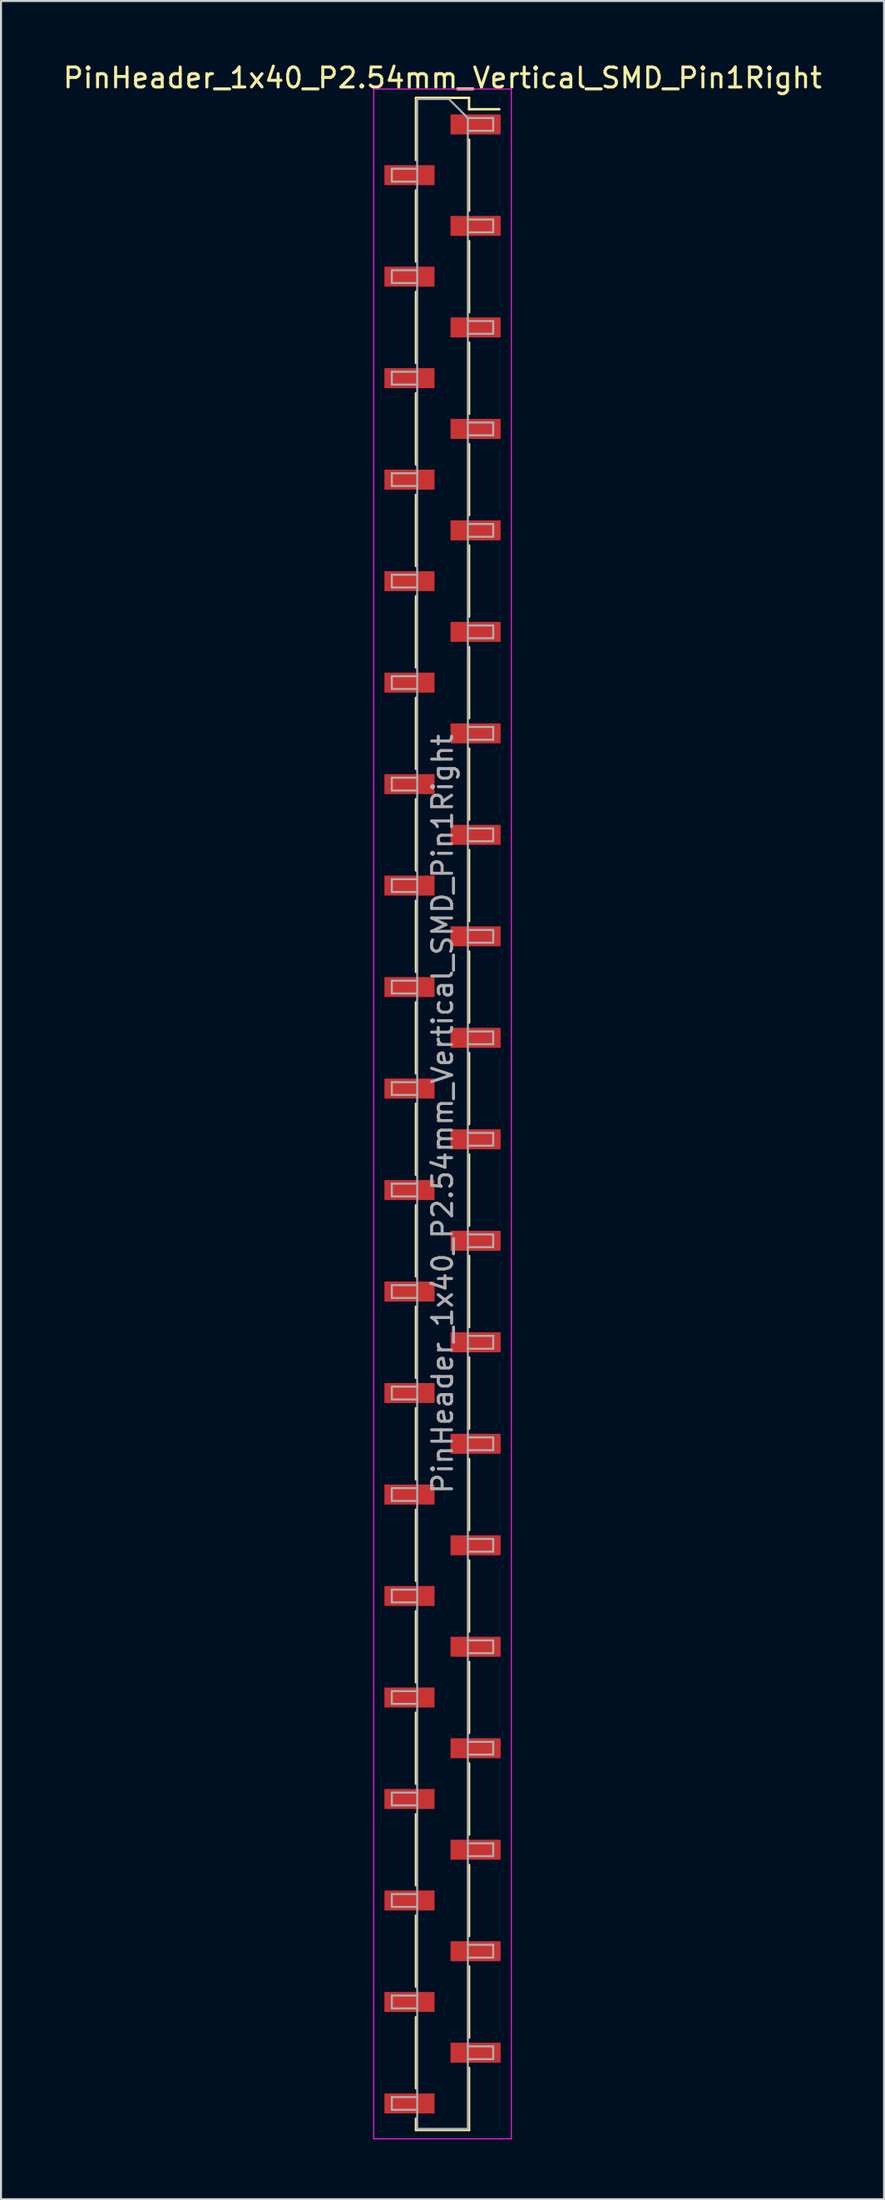
<source format=kicad_pcb>
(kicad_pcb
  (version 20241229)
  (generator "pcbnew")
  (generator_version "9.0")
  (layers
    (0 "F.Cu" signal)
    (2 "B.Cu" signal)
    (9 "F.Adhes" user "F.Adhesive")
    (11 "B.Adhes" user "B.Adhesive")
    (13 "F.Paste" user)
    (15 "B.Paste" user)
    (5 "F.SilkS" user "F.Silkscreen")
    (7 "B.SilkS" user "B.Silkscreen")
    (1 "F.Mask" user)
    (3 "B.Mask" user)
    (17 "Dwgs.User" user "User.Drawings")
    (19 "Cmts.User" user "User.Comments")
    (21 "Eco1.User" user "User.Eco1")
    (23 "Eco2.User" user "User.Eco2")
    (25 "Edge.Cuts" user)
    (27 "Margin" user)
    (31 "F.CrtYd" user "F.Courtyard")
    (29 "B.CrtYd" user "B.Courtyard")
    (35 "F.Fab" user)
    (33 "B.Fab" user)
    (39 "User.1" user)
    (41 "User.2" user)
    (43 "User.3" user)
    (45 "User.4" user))
  (footprint "PinHeader_1x40_P2.54mm_Vertical_SMD_Pin1Right"
    (layer "F.Cu")
    (at 19.125 52.708)
    (property "Reference" "PinHeader_1x40_P2.54mm_Vertical_SMD_Pin1Right" (at 0 -51.86 0) (layer "F.SilkS") (effects (font (size 1 1) (thickness 0.15))))
    (attr smd)
    (fp_line (start -1.33 -50.86) (end -1.33 -47.75) (stroke (width 0.12) (type solid)) (layer "F.SilkS"))
    (fp_line (start -1.33 -50.86) (end 1.33 -50.86) (stroke (width 0.12) (type solid)) (layer "F.SilkS"))
    (fp_line (start -1.33 -46.23) (end -1.33 -42.67) (stroke (width 0.12) (type solid)) (layer "F.SilkS"))
    (fp_line (start -1.33 -41.15) (end -1.33 -37.59) (stroke (width 0.12) (type solid)) (layer "F.SilkS"))
    (fp_line (start -1.33 -36.07) (end -1.33 -32.51) (stroke (width 0.12) (type solid)) (layer "F.SilkS"))
    (fp_line (start -1.33 -30.99) (end -1.33 -27.43) (stroke (width 0.12) (type solid)) (layer "F.SilkS"))
    (fp_line (start -1.33 -25.91) (end -1.33 -22.35) (stroke (width 0.12) (type solid)) (layer "F.SilkS"))
    (fp_line (start -1.33 -20.83) (end -1.33 -17.27) (stroke (width 0.12) (type solid)) (layer "F.SilkS"))
    (fp_line (start -1.33 -15.75) (end -1.33 -12.19) (stroke (width 0.12) (type solid)) (layer "F.SilkS"))
    (fp_line (start -1.33 -10.67) (end -1.33 -7.11) (stroke (width 0.12) (type solid)) (layer "F.SilkS"))
    (fp_line (start -1.33 -5.59) (end -1.33 -2.03) (stroke (width 0.12) (type solid)) (layer "F.SilkS"))
    (fp_line (start -1.33 -0.51) (end -1.33 3.05) (stroke (width 0.12) (type solid)) (layer "F.SilkS"))
    (fp_line (start -1.33 4.57) (end -1.33 8.13) (stroke (width 0.12) (type solid)) (layer "F.SilkS"))
    (fp_line (start -1.33 9.65) (end -1.33 13.21) (stroke (width 0.12) (type solid)) (layer "F.SilkS"))
    (fp_line (start -1.33 14.73) (end -1.33 18.29) (stroke (width 0.12) (type solid)) (layer "F.SilkS"))
    (fp_line (start -1.33 19.81) (end -1.33 23.37) (stroke (width 0.12) (type solid)) (layer "F.SilkS"))
    (fp_line (start -1.33 24.89) (end -1.33 28.45) (stroke (width 0.12) (type solid)) (layer "F.SilkS"))
    (fp_line (start -1.33 29.97) (end -1.33 33.53) (stroke (width 0.12) (type solid)) (layer "F.SilkS"))
    (fp_line (start -1.33 35.05) (end -1.33 38.61) (stroke (width 0.12) (type solid)) (layer "F.SilkS"))
    (fp_line (start -1.33 40.13) (end -1.33 43.69) (stroke (width 0.12) (type solid)) (layer "F.SilkS"))
    (fp_line (start -1.33 45.21) (end -1.33 48.77) (stroke (width 0.12) (type solid)) (layer "F.SilkS"))
    (fp_line (start -1.33 50.29) (end -1.33 50.86) (stroke (width 0.12) (type solid)) (layer "F.SilkS"))
    (fp_line (start -1.33 50.86) (end 1.33 50.86) (stroke (width 0.12) (type solid)) (layer "F.SilkS"))
    (fp_line (start 1.33 -50.86) (end 1.33 -50.29) (stroke (width 0.12) (type solid)) (layer "F.SilkS"))
    (fp_line (start 1.33 -50.29) (end 2.85 -50.29) (stroke (width 0.12) (type solid)) (layer "F.SilkS"))
    (fp_line (start 1.33 -48.77) (end 1.33 -45.21) (stroke (width 0.12) (type solid)) (layer "F.SilkS"))
    (fp_line (start 1.33 -43.69) (end 1.33 -40.13) (stroke (width 0.12) (type solid)) (layer "F.SilkS"))
    (fp_line (start 1.33 -38.61) (end 1.33 -35.05) (stroke (width 0.12) (type solid)) (layer "F.SilkS"))
    (fp_line (start 1.33 -33.53) (end 1.33 -29.97) (stroke (width 0.12) (type solid)) (layer "F.SilkS"))
    (fp_line (start 1.33 -28.45) (end 1.33 -24.89) (stroke (width 0.12) (type solid)) (layer "F.SilkS"))
    (fp_line (start 1.33 -23.37) (end 1.33 -19.81) (stroke (width 0.12) (type solid)) (layer "F.SilkS"))
    (fp_line (start 1.33 -18.29) (end 1.33 -14.73) (stroke (width 0.12) (type solid)) (layer "F.SilkS"))
    (fp_line (start 1.33 -13.21) (end 1.33 -9.65) (stroke (width 0.12) (type solid)) (layer "F.SilkS"))
    (fp_line (start 1.33 -8.13) (end 1.33 -4.57) (stroke (width 0.12) (type solid)) (layer "F.SilkS"))
    (fp_line (start 1.33 -3.05) (end 1.33 0.51) (stroke (width 0.12) (type solid)) (layer "F.SilkS"))
    (fp_line (start 1.33 2.03) (end 1.33 5.59) (stroke (width 0.12) (type solid)) (layer "F.SilkS"))
    (fp_line (start 1.33 7.11) (end 1.33 10.67) (stroke (width 0.12) (type solid)) (layer "F.SilkS"))
    (fp_line (start 1.33 12.19) (end 1.33 15.75) (stroke (width 0.12) (type solid)) (layer "F.SilkS"))
    (fp_line (start 1.33 17.27) (end 1.33 20.83) (stroke (width 0.12) (type solid)) (layer "F.SilkS"))
    (fp_line (start 1.33 22.35) (end 1.33 25.91) (stroke (width 0.12) (type solid)) (layer "F.SilkS"))
    (fp_line (start 1.33 27.43) (end 1.33 30.99) (stroke (width 0.12) (type solid)) (layer "F.SilkS"))
    (fp_line (start 1.33 32.51) (end 1.33 36.07) (stroke (width 0.12) (type solid)) (layer "F.SilkS"))
    (fp_line (start 1.33 37.59) (end 1.33 41.15) (stroke (width 0.12) (type solid)) (layer "F.SilkS"))
    (fp_line (start 1.33 42.67) (end 1.33 46.23) (stroke (width 0.12) (type solid)) (layer "F.SilkS"))
    (fp_line (start 1.33 47.75) (end 1.33 50.86) (stroke (width 0.12) (type solid)) (layer "F.SilkS"))
    (fp_line (start -3.45 -51.3) (end -3.45 51.3) (stroke (width 0.05) (type solid)) (layer "F.CrtYd"))
    (fp_line (start -3.45 51.3) (end 3.45 51.3) (stroke (width 0.05) (type solid)) (layer "F.CrtYd"))
    (fp_line (start 3.45 -51.3) (end -3.45 -51.3) (stroke (width 0.05) (type solid)) (layer "F.CrtYd"))
    (fp_line (start 3.45 51.3) (end 3.45 -51.3) (stroke (width 0.05) (type solid)) (layer "F.CrtYd"))
    (fp_line (start -2.54 -47.31) (end -2.54 -46.67) (stroke (width 0.1) (type solid)) (layer "F.Fab"))
    (fp_line (start -2.54 -46.67) (end -1.27 -46.67) (stroke (width 0.1) (type solid)) (layer "F.Fab"))
    (fp_line (start -2.54 -42.23) (end -2.54 -41.59) (stroke (width 0.1) (type solid)) (layer "F.Fab"))
    (fp_line (start -2.54 -41.59) (end -1.27 -41.59) (stroke (width 0.1) (type solid)) (layer "F.Fab"))
    (fp_line (start -2.54 -37.15) (end -2.54 -36.51) (stroke (width 0.1) (type solid)) (layer "F.Fab"))
    (fp_line (start -2.54 -36.51) (end -1.27 -36.51) (stroke (width 0.1) (type solid)) (layer "F.Fab"))
    (fp_line (start -2.54 -32.07) (end -2.54 -31.43) (stroke (width 0.1) (type solid)) (layer "F.Fab"))
    (fp_line (start -2.54 -31.43) (end -1.27 -31.43) (stroke (width 0.1) (type solid)) (layer "F.Fab"))
    (fp_line (start -2.54 -26.99) (end -2.54 -26.35) (stroke (width 0.1) (type solid)) (layer "F.Fab"))
    (fp_line (start -2.54 -26.35) (end -1.27 -26.35) (stroke (width 0.1) (type solid)) (layer "F.Fab"))
    (fp_line (start -2.54 -21.91) (end -2.54 -21.27) (stroke (width 0.1) (type solid)) (layer "F.Fab"))
    (fp_line (start -2.54 -21.27) (end -1.27 -21.27) (stroke (width 0.1) (type solid)) (layer "F.Fab"))
    (fp_line (start -2.54 -16.83) (end -2.54 -16.19) (stroke (width 0.1) (type solid)) (layer "F.Fab"))
    (fp_line (start -2.54 -16.19) (end -1.27 -16.19) (stroke (width 0.1) (type solid)) (layer "F.Fab"))
    (fp_line (start -2.54 -11.75) (end -2.54 -11.11) (stroke (width 0.1) (type solid)) (layer "F.Fab"))
    (fp_line (start -2.54 -11.11) (end -1.27 -11.11) (stroke (width 0.1) (type solid)) (layer "F.Fab"))
    (fp_line (start -2.54 -6.67) (end -2.54 -6.03) (stroke (width 0.1) (type solid)) (layer "F.Fab"))
    (fp_line (start -2.54 -6.03) (end -1.27 -6.03) (stroke (width 0.1) (type solid)) (layer "F.Fab"))
    (fp_line (start -2.54 -1.59) (end -2.54 -0.95) (stroke (width 0.1) (type solid)) (layer "F.Fab"))
    (fp_line (start -2.54 -0.95) (end -1.27 -0.95) (stroke (width 0.1) (type solid)) (layer "F.Fab"))
    (fp_line (start -2.54 3.49) (end -2.54 4.13) (stroke (width 0.1) (type solid)) (layer "F.Fab"))
    (fp_line (start -2.54 4.13) (end -1.27 4.13) (stroke (width 0.1) (type solid)) (layer "F.Fab"))
    (fp_line (start -2.54 8.57) (end -2.54 9.21) (stroke (width 0.1) (type solid)) (layer "F.Fab"))
    (fp_line (start -2.54 9.21) (end -1.27 9.21) (stroke (width 0.1) (type solid)) (layer "F.Fab"))
    (fp_line (start -2.54 13.65) (end -2.54 14.29) (stroke (width 0.1) (type solid)) (layer "F.Fab"))
    (fp_line (start -2.54 14.29) (end -1.27 14.29) (stroke (width 0.1) (type solid)) (layer "F.Fab"))
    (fp_line (start -2.54 18.73) (end -2.54 19.37) (stroke (width 0.1) (type solid)) (layer "F.Fab"))
    (fp_line (start -2.54 19.37) (end -1.27 19.37) (stroke (width 0.1) (type solid)) (layer "F.Fab"))
    (fp_line (start -2.54 23.81) (end -2.54 24.45) (stroke (width 0.1) (type solid)) (layer "F.Fab"))
    (fp_line (start -2.54 24.45) (end -1.27 24.45) (stroke (width 0.1) (type solid)) (layer "F.Fab"))
    (fp_line (start -2.54 28.89) (end -2.54 29.53) (stroke (width 0.1) (type solid)) (layer "F.Fab"))
    (fp_line (start -2.54 29.53) (end -1.27 29.53) (stroke (width 0.1) (type solid)) (layer "F.Fab"))
    (fp_line (start -2.54 33.97) (end -2.54 34.61) (stroke (width 0.1) (type solid)) (layer "F.Fab"))
    (fp_line (start -2.54 34.61) (end -1.27 34.61) (stroke (width 0.1) (type solid)) (layer "F.Fab"))
    (fp_line (start -2.54 39.05) (end -2.54 39.69) (stroke (width 0.1) (type solid)) (layer "F.Fab"))
    (fp_line (start -2.54 39.69) (end -1.27 39.69) (stroke (width 0.1) (type solid)) (layer "F.Fab"))
    (fp_line (start -2.54 44.13) (end -2.54 44.77) (stroke (width 0.1) (type solid)) (layer "F.Fab"))
    (fp_line (start -2.54 44.77) (end -1.27 44.77) (stroke (width 0.1) (type solid)) (layer "F.Fab"))
    (fp_line (start -2.54 49.21) (end -2.54 49.85) (stroke (width 0.1) (type solid)) (layer "F.Fab"))
    (fp_line (start -2.54 49.85) (end -1.27 49.85) (stroke (width 0.1) (type solid)) (layer "F.Fab"))
    (fp_line (start -1.27 -50.8) (end -1.27 50.8) (stroke (width 0.1) (type solid)) (layer "F.Fab"))
    (fp_line (start -1.27 -50.8) (end 0.32 -50.8) (stroke (width 0.1) (type solid)) (layer "F.Fab"))
    (fp_line (start -1.27 -47.31) (end -2.54 -47.31) (stroke (width 0.1) (type solid)) (layer "F.Fab"))
    (fp_line (start -1.27 -42.23) (end -2.54 -42.23) (stroke (width 0.1) (type solid)) (layer "F.Fab"))
    (fp_line (start -1.27 -37.15) (end -2.54 -37.15) (stroke (width 0.1) (type solid)) (layer "F.Fab"))
    (fp_line (start -1.27 -32.07) (end -2.54 -32.07) (stroke (width 0.1) (type solid)) (layer "F.Fab"))
    (fp_line (start -1.27 -26.99) (end -2.54 -26.99) (stroke (width 0.1) (type solid)) (layer "F.Fab"))
    (fp_line (start -1.27 -21.91) (end -2.54 -21.91) (stroke (width 0.1) (type solid)) (layer "F.Fab"))
    (fp_line (start -1.27 -16.83) (end -2.54 -16.83) (stroke (width 0.1) (type solid)) (layer "F.Fab"))
    (fp_line (start -1.27 -11.75) (end -2.54 -11.75) (stroke (width 0.1) (type solid)) (layer "F.Fab"))
    (fp_line (start -1.27 -6.67) (end -2.54 -6.67) (stroke (width 0.1) (type solid)) (layer "F.Fab"))
    (fp_line (start -1.27 -1.59) (end -2.54 -1.59) (stroke (width 0.1) (type solid)) (layer "F.Fab"))
    (fp_line (start -1.27 3.49) (end -2.54 3.49) (stroke (width 0.1) (type solid)) (layer "F.Fab"))
    (fp_line (start -1.27 8.57) (end -2.54 8.57) (stroke (width 0.1) (type solid)) (layer "F.Fab"))
    (fp_line (start -1.27 13.65) (end -2.54 13.65) (stroke (width 0.1) (type solid)) (layer "F.Fab"))
    (fp_line (start -1.27 18.73) (end -2.54 18.73) (stroke (width 0.1) (type solid)) (layer "F.Fab"))
    (fp_line (start -1.27 23.81) (end -2.54 23.81) (stroke (width 0.1) (type solid)) (layer "F.Fab"))
    (fp_line (start -1.27 28.89) (end -2.54 28.89) (stroke (width 0.1) (type solid)) (layer "F.Fab"))
    (fp_line (start -1.27 33.97) (end -2.54 33.97) (stroke (width 0.1) (type solid)) (layer "F.Fab"))
    (fp_line (start -1.27 39.05) (end -2.54 39.05) (stroke (width 0.1) (type solid)) (layer "F.Fab"))
    (fp_line (start -1.27 44.13) (end -2.54 44.13) (stroke (width 0.1) (type solid)) (layer "F.Fab"))
    (fp_line (start -1.27 49.21) (end -2.54 49.21) (stroke (width 0.1) (type solid)) (layer "F.Fab"))
    (fp_line (start 1.27 -49.85) (end 0.32 -50.8) (stroke (width 0.1) (type solid)) (layer "F.Fab"))
    (fp_line (start 1.27 -49.85) (end 2.54 -49.85) (stroke (width 0.1) (type solid)) (layer "F.Fab"))
    (fp_line (start 1.27 -44.77) (end 2.54 -44.77) (stroke (width 0.1) (type solid)) (layer "F.Fab"))
    (fp_line (start 1.27 -39.69) (end 2.54 -39.69) (stroke (width 0.1) (type solid)) (layer "F.Fab"))
    (fp_line (start 1.27 -34.61) (end 2.54 -34.61) (stroke (width 0.1) (type solid)) (layer "F.Fab"))
    (fp_line (start 1.27 -29.53) (end 2.54 -29.53) (stroke (width 0.1) (type solid)) (layer "F.Fab"))
    (fp_line (start 1.27 -24.45) (end 2.54 -24.45) (stroke (width 0.1) (type solid)) (layer "F.Fab"))
    (fp_line (start 1.27 -19.37) (end 2.54 -19.37) (stroke (width 0.1) (type solid)) (layer "F.Fab"))
    (fp_line (start 1.27 -14.29) (end 2.54 -14.29) (stroke (width 0.1) (type solid)) (layer "F.Fab"))
    (fp_line (start 1.27 -9.21) (end 2.54 -9.21) (stroke (width 0.1) (type solid)) (layer "F.Fab"))
    (fp_line (start 1.27 -4.13) (end 2.54 -4.13) (stroke (width 0.1) (type solid)) (layer "F.Fab"))
    (fp_line (start 1.27 0.95) (end 2.54 0.95) (stroke (width 0.1) (type solid)) (layer "F.Fab"))
    (fp_line (start 1.27 6.03) (end 2.54 6.03) (stroke (width 0.1) (type solid)) (layer "F.Fab"))
    (fp_line (start 1.27 11.11) (end 2.54 11.11) (stroke (width 0.1) (type solid)) (layer "F.Fab"))
    (fp_line (start 1.27 16.19) (end 2.54 16.19) (stroke (width 0.1) (type solid)) (layer "F.Fab"))
    (fp_line (start 1.27 21.27) (end 2.54 21.27) (stroke (width 0.1) (type solid)) (layer "F.Fab"))
    (fp_line (start 1.27 26.35) (end 2.54 26.35) (stroke (width 0.1) (type solid)) (layer "F.Fab"))
    (fp_line (start 1.27 31.43) (end 2.54 31.43) (stroke (width 0.1) (type solid)) (layer "F.Fab"))
    (fp_line (start 1.27 36.51) (end 2.54 36.51) (stroke (width 0.1) (type solid)) (layer "F.Fab"))
    (fp_line (start 1.27 41.59) (end 2.54 41.59) (stroke (width 0.1) (type solid)) (layer "F.Fab"))
    (fp_line (start 1.27 46.67) (end 2.54 46.67) (stroke (width 0.1) (type solid)) (layer "F.Fab"))
    (fp_line (start 1.27 50.8) (end -1.27 50.8) (stroke (width 0.1) (type solid)) (layer "F.Fab"))
    (fp_line (start 1.27 50.8) (end 1.27 -49.85) (stroke (width 0.1) (type solid)) (layer "F.Fab"))
    (fp_line (start 2.54 -49.85) (end 2.54 -49.21) (stroke (width 0.1) (type solid)) (layer "F.Fab"))
    (fp_line (start 2.54 -49.21) (end 1.27 -49.21) (stroke (width 0.1) (type solid)) (layer "F.Fab"))
    (fp_line (start 2.54 -44.77) (end 2.54 -44.13) (stroke (width 0.1) (type solid)) (layer "F.Fab"))
    (fp_line (start 2.54 -44.13) (end 1.27 -44.13) (stroke (width 0.1) (type solid)) (layer "F.Fab"))
    (fp_line (start 2.54 -39.69) (end 2.54 -39.05) (stroke (width 0.1) (type solid)) (layer "F.Fab"))
    (fp_line (start 2.54 -39.05) (end 1.27 -39.05) (stroke (width 0.1) (type solid)) (layer "F.Fab"))
    (fp_line (start 2.54 -34.61) (end 2.54 -33.97) (stroke (width 0.1) (type solid)) (layer "F.Fab"))
    (fp_line (start 2.54 -33.97) (end 1.27 -33.97) (stroke (width 0.1) (type solid)) (layer "F.Fab"))
    (fp_line (start 2.54 -29.53) (end 2.54 -28.89) (stroke (width 0.1) (type solid)) (layer "F.Fab"))
    (fp_line (start 2.54 -28.89) (end 1.27 -28.89) (stroke (width 0.1) (type solid)) (layer "F.Fab"))
    (fp_line (start 2.54 -24.45) (end 2.54 -23.81) (stroke (width 0.1) (type solid)) (layer "F.Fab"))
    (fp_line (start 2.54 -23.81) (end 1.27 -23.81) (stroke (width 0.1) (type solid)) (layer "F.Fab"))
    (fp_line (start 2.54 -19.37) (end 2.54 -18.73) (stroke (width 0.1) (type solid)) (layer "F.Fab"))
    (fp_line (start 2.54 -18.73) (end 1.27 -18.73) (stroke (width 0.1) (type solid)) (layer "F.Fab"))
    (fp_line (start 2.54 -14.29) (end 2.54 -13.65) (stroke (width 0.1) (type solid)) (layer "F.Fab"))
    (fp_line (start 2.54 -13.65) (end 1.27 -13.65) (stroke (width 0.1) (type solid)) (layer "F.Fab"))
    (fp_line (start 2.54 -9.21) (end 2.54 -8.57) (stroke (width 0.1) (type solid)) (layer "F.Fab"))
    (fp_line (start 2.54 -8.57) (end 1.27 -8.57) (stroke (width 0.1) (type solid)) (layer "F.Fab"))
    (fp_line (start 2.54 -4.13) (end 2.54 -3.49) (stroke (width 0.1) (type solid)) (layer "F.Fab"))
    (fp_line (start 2.54 -3.49) (end 1.27 -3.49) (stroke (width 0.1) (type solid)) (layer "F.Fab"))
    (fp_line (start 2.54 0.95) (end 2.54 1.59) (stroke (width 0.1) (type solid)) (layer "F.Fab"))
    (fp_line (start 2.54 1.59) (end 1.27 1.59) (stroke (width 0.1) (type solid)) (layer "F.Fab"))
    (fp_line (start 2.54 6.03) (end 2.54 6.67) (stroke (width 0.1) (type solid)) (layer "F.Fab"))
    (fp_line (start 2.54 6.67) (end 1.27 6.67) (stroke (width 0.1) (type solid)) (layer "F.Fab"))
    (fp_line (start 2.54 11.11) (end 2.54 11.75) (stroke (width 0.1) (type solid)) (layer "F.Fab"))
    (fp_line (start 2.54 11.75) (end 1.27 11.75) (stroke (width 0.1) (type solid)) (layer "F.Fab"))
    (fp_line (start 2.54 16.19) (end 2.54 16.83) (stroke (width 0.1) (type solid)) (layer "F.Fab"))
    (fp_line (start 2.54 16.83) (end 1.27 16.83) (stroke (width 0.1) (type solid)) (layer "F.Fab"))
    (fp_line (start 2.54 21.27) (end 2.54 21.91) (stroke (width 0.1) (type solid)) (layer "F.Fab"))
    (fp_line (start 2.54 21.91) (end 1.27 21.91) (stroke (width 0.1) (type solid)) (layer "F.Fab"))
    (fp_line (start 2.54 26.35) (end 2.54 26.99) (stroke (width 0.1) (type solid)) (layer "F.Fab"))
    (fp_line (start 2.54 26.99) (end 1.27 26.99) (stroke (width 0.1) (type solid)) (layer "F.Fab"))
    (fp_line (start 2.54 31.43) (end 2.54 32.07) (stroke (width 0.1) (type solid)) (layer "F.Fab"))
    (fp_line (start 2.54 32.07) (end 1.27 32.07) (stroke (width 0.1) (type solid)) (layer "F.Fab"))
    (fp_line (start 2.54 36.51) (end 2.54 37.15) (stroke (width 0.1) (type solid)) (layer "F.Fab"))
    (fp_line (start 2.54 37.15) (end 1.27 37.15) (stroke (width 0.1) (type solid)) (layer "F.Fab"))
    (fp_line (start 2.54 41.59) (end 2.54 42.23) (stroke (width 0.1) (type solid)) (layer "F.Fab"))
    (fp_line (start 2.54 42.23) (end 1.27 42.23) (stroke (width 0.1) (type solid)) (layer "F.Fab"))
    (fp_line (start 2.54 46.67) (end 2.54 47.31) (stroke (width 0.1) (type solid)) (layer "F.Fab"))
    (fp_line (start 2.54 47.31) (end 1.27 47.31) (stroke (width 0.1) (type solid)) (layer "F.Fab"))
    (fp_text user "${REFERENCE}" (at 0 0 90) (layer "F.Fab") (effects (font (size 1 1) (thickness 0.15))))
    (pad "1" smd rect (at 1.655 -49.53) (size 2.51 1) (layers "F.Cu" "F.Mask" "F.Paste"))
    (pad "2" smd rect (at -1.655 -46.99) (size 2.51 1) (layers "F.Cu" "F.Mask" "F.Paste"))
    (pad "3" smd rect (at 1.655 -44.45) (size 2.51 1) (layers "F.Cu" "F.Mask" "F.Paste"))
    (pad "4" smd rect (at -1.655 -41.91) (size 2.51 1) (layers "F.Cu" "F.Mask" "F.Paste"))
    (pad "5" smd rect (at 1.655 -39.37) (size 2.51 1) (layers "F.Cu" "F.Mask" "F.Paste"))
    (pad "6" smd rect (at -1.655 -36.83) (size 2.51 1) (layers "F.Cu" "F.Mask" "F.Paste"))
    (pad "7" smd rect (at 1.655 -34.29) (size 2.51 1) (layers "F.Cu" "F.Mask" "F.Paste"))
    (pad "8" smd rect (at -1.655 -31.75) (size 2.51 1) (layers "F.Cu" "F.Mask" "F.Paste"))
    (pad "9" smd rect (at 1.655 -29.21) (size 2.51 1) (layers "F.Cu" "F.Mask" "F.Paste"))
    (pad "10" smd rect (at -1.655 -26.67) (size 2.51 1) (layers "F.Cu" "F.Mask" "F.Paste"))
    (pad "11" smd rect (at 1.655 -24.13) (size 2.51 1) (layers "F.Cu" "F.Mask" "F.Paste"))
    (pad "12" smd rect (at -1.655 -21.59) (size 2.51 1) (layers "F.Cu" "F.Mask" "F.Paste"))
    (pad "13" smd rect (at 1.655 -19.05) (size 2.51 1) (layers "F.Cu" "F.Mask" "F.Paste"))
    (pad "14" smd rect (at -1.655 -16.51) (size 2.51 1) (layers "F.Cu" "F.Mask" "F.Paste"))
    (pad "15" smd rect (at 1.655 -13.97) (size 2.51 1) (layers "F.Cu" "F.Mask" "F.Paste"))
    (pad "16" smd rect (at -1.655 -11.43) (size 2.51 1) (layers "F.Cu" "F.Mask" "F.Paste"))
    (pad "17" smd rect (at 1.655 -8.89) (size 2.51 1) (layers "F.Cu" "F.Mask" "F.Paste"))
    (pad "18" smd rect (at -1.655 -6.35) (size 2.51 1) (layers "F.Cu" "F.Mask" "F.Paste"))
    (pad "19" smd rect (at 1.655 -3.81) (size 2.51 1) (layers "F.Cu" "F.Mask" "F.Paste"))
    (pad "20" smd rect (at -1.655 -1.27) (size 2.51 1) (layers "F.Cu" "F.Mask" "F.Paste"))
    (pad "21" smd rect (at 1.655 1.27) (size 2.51 1) (layers "F.Cu" "F.Mask" "F.Paste"))
    (pad "22" smd rect (at -1.655 3.81) (size 2.51 1) (layers "F.Cu" "F.Mask" "F.Paste"))
    (pad "23" smd rect (at 1.655 6.35) (size 2.51 1) (layers "F.Cu" "F.Mask" "F.Paste"))
    (pad "24" smd rect (at -1.655 8.89) (size 2.51 1) (layers "F.Cu" "F.Mask" "F.Paste"))
    (pad "25" smd rect (at 1.655 11.43) (size 2.51 1) (layers "F.Cu" "F.Mask" "F.Paste"))
    (pad "26" smd rect (at -1.655 13.97) (size 2.51 1) (layers "F.Cu" "F.Mask" "F.Paste"))
    (pad "27" smd rect (at 1.655 16.51) (size 2.51 1) (layers "F.Cu" "F.Mask" "F.Paste"))
    (pad "28" smd rect (at -1.655 19.05) (size 2.51 1) (layers "F.Cu" "F.Mask" "F.Paste"))
    (pad "29" smd rect (at 1.655 21.59) (size 2.51 1) (layers "F.Cu" "F.Mask" "F.Paste"))
    (pad "30" smd rect (at -1.655 24.13) (size 2.51 1) (layers "F.Cu" "F.Mask" "F.Paste"))
    (pad "31" smd rect (at 1.655 26.67) (size 2.51 1) (layers "F.Cu" "F.Mask" "F.Paste"))
    (pad "32" smd rect (at -1.655 29.21) (size 2.51 1) (layers "F.Cu" "F.Mask" "F.Paste"))
    (pad "33" smd rect (at 1.655 31.75) (size 2.51 1) (layers "F.Cu" "F.Mask" "F.Paste"))
    (pad "34" smd rect (at -1.655 34.29) (size 2.51 1) (layers "F.Cu" "F.Mask" "F.Paste"))
    (pad "35" smd rect (at 1.655 36.83) (size 2.51 1) (layers "F.Cu" "F.Mask" "F.Paste"))
    (pad "36" smd rect (at -1.655 39.37) (size 2.51 1) (layers "F.Cu" "F.Mask" "F.Paste"))
    (pad "37" smd rect (at 1.655 41.91) (size 2.51 1) (layers "F.Cu" "F.Mask" "F.Paste"))
    (pad "38" smd rect (at -1.655 44.45) (size 2.51 1) (layers "F.Cu" "F.Mask" "F.Paste"))
    (pad "39" smd rect (at 1.655 46.99) (size 2.51 1) (layers "F.Cu" "F.Mask" "F.Paste"))
    (pad "40" smd rect (at -1.655 49.53) (size 2.51 1) (layers "F.Cu" "F.Mask" "F.Paste")))
  (gr_rect
    (start -3 -3)
    (end 41.25 107.033)
    (stroke (width 0.1) (type default))
    (fill no)
    (layer "Edge.Cuts")))
</source>
